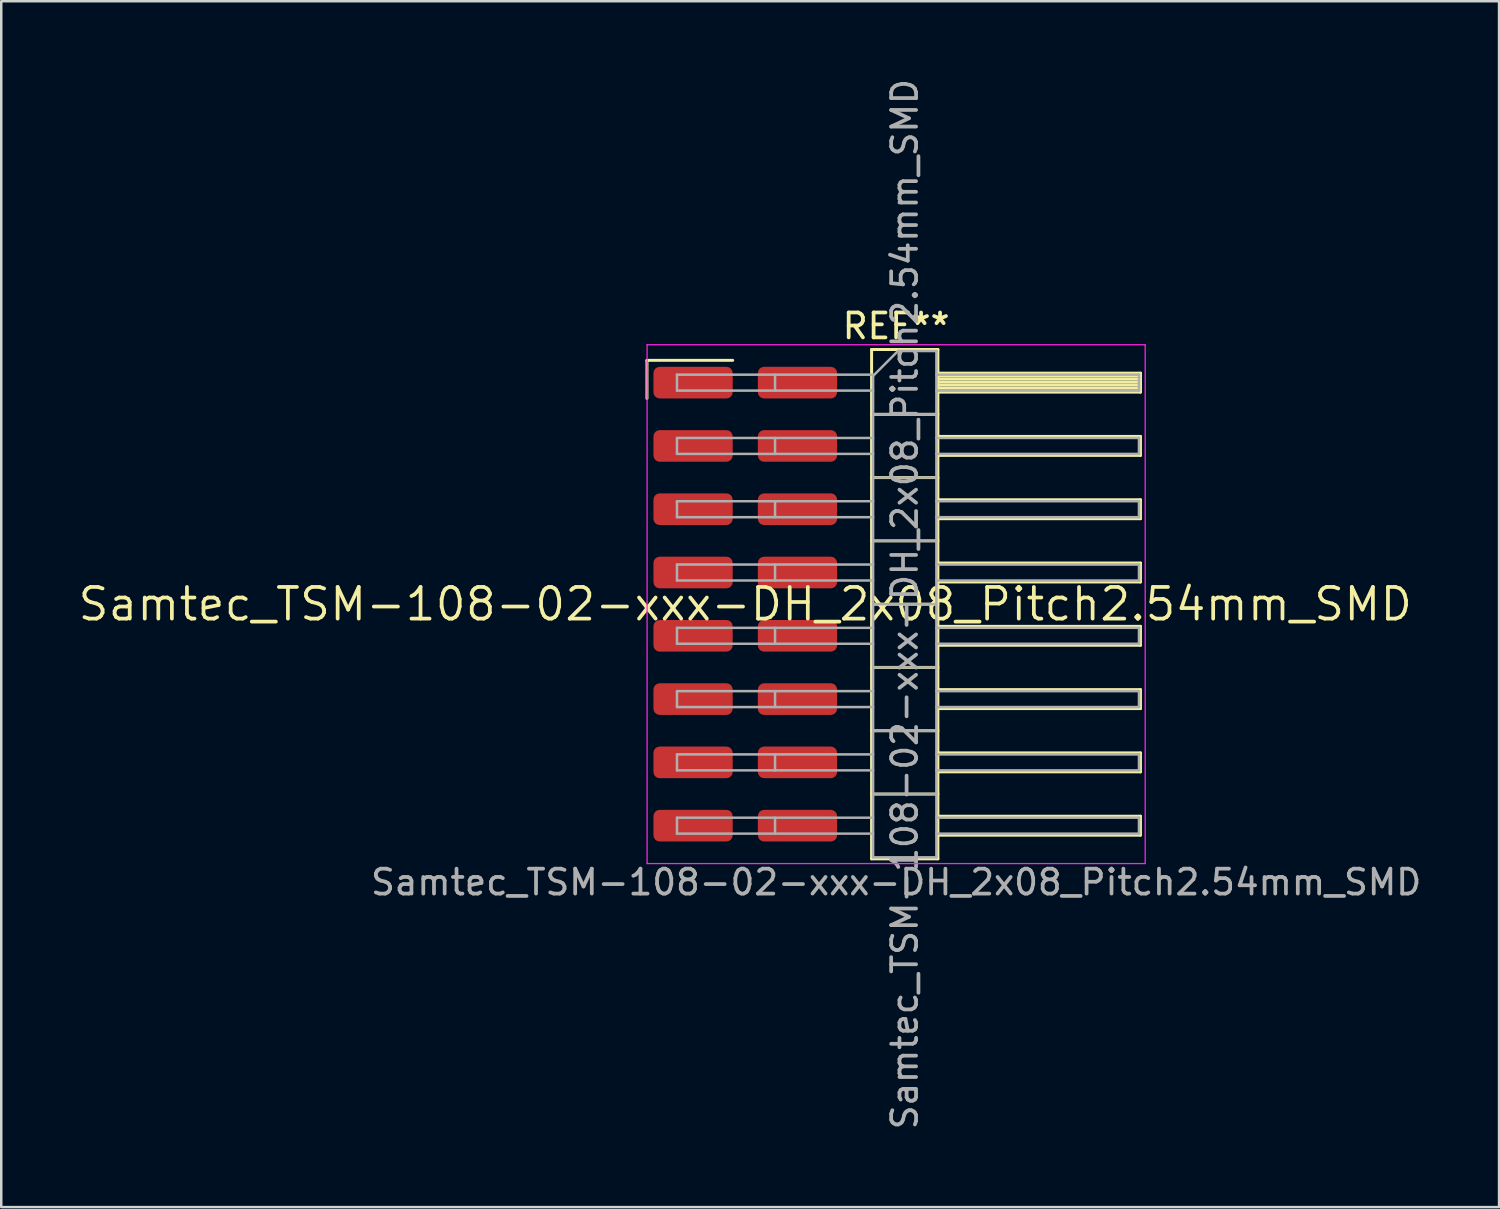
<source format=kicad_pcb>
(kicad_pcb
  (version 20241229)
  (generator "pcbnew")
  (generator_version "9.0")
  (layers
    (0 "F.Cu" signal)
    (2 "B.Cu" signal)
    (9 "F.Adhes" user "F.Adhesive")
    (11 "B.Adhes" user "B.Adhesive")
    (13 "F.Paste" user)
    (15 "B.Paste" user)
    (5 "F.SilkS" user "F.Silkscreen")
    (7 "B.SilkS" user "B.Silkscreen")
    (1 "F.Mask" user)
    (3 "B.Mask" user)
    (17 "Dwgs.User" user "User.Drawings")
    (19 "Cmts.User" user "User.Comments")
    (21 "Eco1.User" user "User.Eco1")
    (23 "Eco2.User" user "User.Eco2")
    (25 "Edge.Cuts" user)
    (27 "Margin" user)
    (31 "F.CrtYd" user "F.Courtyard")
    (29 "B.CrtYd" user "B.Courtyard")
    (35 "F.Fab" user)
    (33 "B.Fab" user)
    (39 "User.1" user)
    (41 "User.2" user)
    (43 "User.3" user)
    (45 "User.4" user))
  (footprint "Samtec_TSM-108-02-xxx-DH_2x08_Pitch2.54mm_SMD"
    (layer "F.Cu")
    (at 26.859 21.196)
    (property "Reference" "Samtec_TSM-108-02-xxx-DH_2x08_Pitch2.54mm_SMD" (at 0 0 0) (layer "F.SilkS") (effects (font (size 1.27 1.27) (thickness 0.15))))
    (attr smd)
    (fp_line (start -3.945 -9.785) (end -0.505 -9.785) (stroke (width 0.12) (type solid)) (layer "F.SilkS"))
    (fp_line (start -3.945 -8.255) (end -3.945 -9.785) (stroke (width 0.12) (type solid)) (layer "F.SilkS"))
    (fp_line (start 5.07 -10.22) (end 7.73 -10.22) (stroke (width 0.12) (type solid)) (layer "F.SilkS"))
    (fp_line (start 5.07 -7.62) (end 7.73 -7.62) (stroke (width 0.12) (type solid)) (layer "F.SilkS"))
    (fp_line (start 5.07 -5.08) (end 7.73 -5.08) (stroke (width 0.12) (type solid)) (layer "F.SilkS"))
    (fp_line (start 5.07 -2.54) (end 7.73 -2.54) (stroke (width 0.12) (type solid)) (layer "F.SilkS"))
    (fp_line (start 5.07 0) (end 7.73 0) (stroke (width 0.12) (type solid)) (layer "F.SilkS"))
    (fp_line (start 5.07 2.54) (end 7.73 2.54) (stroke (width 0.12) (type solid)) (layer "F.SilkS"))
    (fp_line (start 5.07 5.08) (end 7.73 5.08) (stroke (width 0.12) (type solid)) (layer "F.SilkS"))
    (fp_line (start 5.07 7.62) (end 7.73 7.62) (stroke (width 0.12) (type solid)) (layer "F.SilkS"))
    (fp_line (start 5.07 10.22) (end 5.07 -10.22) (stroke (width 0.12) (type solid)) (layer "F.SilkS"))
    (fp_line (start 7.73 -10.22) (end 7.73 10.22) (stroke (width 0.12) (type solid)) (layer "F.SilkS"))
    (fp_line (start 7.73 -9.27) (end 15.86 -9.27) (stroke (width 0.12) (type solid)) (layer "F.SilkS"))
    (fp_line (start 7.73 -9.15) (end 15.86 -9.15) (stroke (width 0.12) (type solid)) (layer "F.SilkS"))
    (fp_line (start 7.73 -9.03) (end 15.86 -9.03) (stroke (width 0.12) (type solid)) (layer "F.SilkS"))
    (fp_line (start 7.73 -8.91) (end 15.86 -8.91) (stroke (width 0.12) (type solid)) (layer "F.SilkS"))
    (fp_line (start 7.73 -8.79) (end 15.86 -8.79) (stroke (width 0.12) (type solid)) (layer "F.SilkS"))
    (fp_line (start 7.73 -8.67) (end 15.86 -8.67) (stroke (width 0.12) (type solid)) (layer "F.SilkS"))
    (fp_line (start 7.73 -8.55) (end 15.86 -8.55) (stroke (width 0.12) (type solid)) (layer "F.SilkS"))
    (fp_line (start 7.73 -8.51) (end 15.86 -8.51) (stroke (width 0.12) (type solid)) (layer "F.SilkS"))
    (fp_line (start 7.73 -6.73) (end 15.86 -6.73) (stroke (width 0.12) (type solid)) (layer "F.SilkS"))
    (fp_line (start 7.73 -5.97) (end 15.86 -5.97) (stroke (width 0.12) (type solid)) (layer "F.SilkS"))
    (fp_line (start 7.73 -4.19) (end 15.86 -4.19) (stroke (width 0.12) (type solid)) (layer "F.SilkS"))
    (fp_line (start 7.73 -3.43) (end 15.86 -3.43) (stroke (width 0.12) (type solid)) (layer "F.SilkS"))
    (fp_line (start 7.73 -1.65) (end 15.86 -1.65) (stroke (width 0.12) (type solid)) (layer "F.SilkS"))
    (fp_line (start 7.73 -0.89) (end 15.86 -0.89) (stroke (width 0.12) (type solid)) (layer "F.SilkS"))
    (fp_line (start 7.73 0.89) (end 15.86 0.89) (stroke (width 0.12) (type solid)) (layer "F.SilkS"))
    (fp_line (start 7.73 1.65) (end 15.86 1.65) (stroke (width 0.12) (type solid)) (layer "F.SilkS"))
    (fp_line (start 7.73 3.43) (end 15.86 3.43) (stroke (width 0.12) (type solid)) (layer "F.SilkS"))
    (fp_line (start 7.73 4.19) (end 15.86 4.19) (stroke (width 0.12) (type solid)) (layer "F.SilkS"))
    (fp_line (start 7.73 5.97) (end 15.86 5.97) (stroke (width 0.12) (type solid)) (layer "F.SilkS"))
    (fp_line (start 7.73 6.73) (end 15.86 6.73) (stroke (width 0.12) (type solid)) (layer "F.SilkS"))
    (fp_line (start 7.73 8.51) (end 15.86 8.51) (stroke (width 0.12) (type solid)) (layer "F.SilkS"))
    (fp_line (start 7.73 9.27) (end 15.86 9.27) (stroke (width 0.12) (type solid)) (layer "F.SilkS"))
    (fp_line (start 7.73 10.22) (end 5.07 10.22) (stroke (width 0.12) (type solid)) (layer "F.SilkS"))
    (fp_line (start 15.86 -9.27) (end 15.86 -8.51) (stroke (width 0.12) (type solid)) (layer "F.SilkS"))
    (fp_line (start 15.86 -6.73) (end 15.86 -5.97) (stroke (width 0.12) (type solid)) (layer "F.SilkS"))
    (fp_line (start 15.86 -4.19) (end 15.86 -3.43) (stroke (width 0.12) (type solid)) (layer "F.SilkS"))
    (fp_line (start 15.86 -1.65) (end 15.86 -0.89) (stroke (width 0.12) (type solid)) (layer "F.SilkS"))
    (fp_line (start 15.86 0.89) (end 15.86 1.65) (stroke (width 0.12) (type solid)) (layer "F.SilkS"))
    (fp_line (start 15.86 3.43) (end 15.86 4.19) (stroke (width 0.12) (type solid)) (layer "F.SilkS"))
    (fp_line (start 15.86 5.97) (end 15.86 6.73) (stroke (width 0.12) (type solid)) (layer "F.SilkS"))
    (fp_line (start 15.86 8.51) (end 15.86 9.27) (stroke (width 0.12) (type solid)) (layer "F.SilkS"))
    (fp_line (start -3.94 -10.41) (end 16.05 -10.41) (stroke (width 0.05) (type solid)) (layer "F.CrtYd"))
    (fp_line (start -3.94 10.41) (end -3.94 -10.41) (stroke (width 0.05) (type solid)) (layer "F.CrtYd"))
    (fp_line (start 16.05 -10.41) (end 16.05 10.41) (stroke (width 0.05) (type solid)) (layer "F.CrtYd"))
    (fp_line (start 16.05 10.41) (end -3.94 10.41) (stroke (width 0.05) (type solid)) (layer "F.CrtYd"))
    (fp_line (start -2.74 -9.21) (end -2.74 -8.57) (stroke (width 0.1) (type solid)) (layer "F.Fab"))
    (fp_line (start -2.74 -9.21) (end 5.13 -9.21) (stroke (width 0.1) (type solid)) (layer "F.Fab"))
    (fp_line (start -2.74 -8.57) (end 5.13 -8.57) (stroke (width 0.1) (type solid)) (layer "F.Fab"))
    (fp_line (start -2.74 -6.67) (end -2.74 -6.03) (stroke (width 0.1) (type solid)) (layer "F.Fab"))
    (fp_line (start -2.74 -6.67) (end 5.13 -6.67) (stroke (width 0.1) (type solid)) (layer "F.Fab"))
    (fp_line (start -2.74 -6.03) (end 5.13 -6.03) (stroke (width 0.1) (type solid)) (layer "F.Fab"))
    (fp_line (start -2.74 -4.13) (end -2.74 -3.49) (stroke (width 0.1) (type solid)) (layer "F.Fab"))
    (fp_line (start -2.74 -4.13) (end 5.13 -4.13) (stroke (width 0.1) (type solid)) (layer "F.Fab"))
    (fp_line (start -2.74 -3.49) (end 5.13 -3.49) (stroke (width 0.1) (type solid)) (layer "F.Fab"))
    (fp_line (start -2.74 -1.59) (end -2.74 -0.95) (stroke (width 0.1) (type solid)) (layer "F.Fab"))
    (fp_line (start -2.74 -1.59) (end 5.13 -1.59) (stroke (width 0.1) (type solid)) (layer "F.Fab"))
    (fp_line (start -2.74 -0.95) (end 5.13 -0.95) (stroke (width 0.1) (type solid)) (layer "F.Fab"))
    (fp_line (start -2.74 0.95) (end -2.74 1.59) (stroke (width 0.1) (type solid)) (layer "F.Fab"))
    (fp_line (start -2.74 0.95) (end 5.13 0.95) (stroke (width 0.1) (type solid)) (layer "F.Fab"))
    (fp_line (start -2.74 1.59) (end 5.13 1.59) (stroke (width 0.1) (type solid)) (layer "F.Fab"))
    (fp_line (start -2.74 3.49) (end -2.74 4.13) (stroke (width 0.1) (type solid)) (layer "F.Fab"))
    (fp_line (start -2.74 3.49) (end 5.13 3.49) (stroke (width 0.1) (type solid)) (layer "F.Fab"))
    (fp_line (start -2.74 4.13) (end 5.13 4.13) (stroke (width 0.1) (type solid)) (layer "F.Fab"))
    (fp_line (start -2.74 6.03) (end -2.74 6.67) (stroke (width 0.1) (type solid)) (layer "F.Fab"))
    (fp_line (start -2.74 6.03) (end 5.13 6.03) (stroke (width 0.1) (type solid)) (layer "F.Fab"))
    (fp_line (start -2.74 6.67) (end 5.13 6.67) (stroke (width 0.1) (type solid)) (layer "F.Fab"))
    (fp_line (start -2.74 8.57) (end -2.74 9.21) (stroke (width 0.1) (type solid)) (layer "F.Fab"))
    (fp_line (start -2.74 8.57) (end 5.13 8.57) (stroke (width 0.1) (type solid)) (layer "F.Fab"))
    (fp_line (start -2.74 9.21) (end 5.13 9.21) (stroke (width 0.1) (type solid)) (layer "F.Fab"))
    (fp_line (start 1.195 -9.21) (end 1.195 -8.57) (stroke (width 0.1) (type solid)) (layer "F.Fab"))
    (fp_line (start 1.195 -6.67) (end 1.195 -6.03) (stroke (width 0.1) (type solid)) (layer "F.Fab"))
    (fp_line (start 1.195 -4.13) (end 1.195 -3.49) (stroke (width 0.1) (type solid)) (layer "F.Fab"))
    (fp_line (start 1.195 -1.59) (end 1.195 -0.95) (stroke (width 0.1) (type solid)) (layer "F.Fab"))
    (fp_line (start 1.195 0.95) (end 1.195 1.59) (stroke (width 0.1) (type solid)) (layer "F.Fab"))
    (fp_line (start 1.195 3.49) (end 1.195 4.13) (stroke (width 0.1) (type solid)) (layer "F.Fab"))
    (fp_line (start 1.195 6.03) (end 1.195 6.67) (stroke (width 0.1) (type solid)) (layer "F.Fab"))
    (fp_line (start 1.195 8.57) (end 1.195 9.21) (stroke (width 0.1) (type solid)) (layer "F.Fab"))
    (fp_line (start 5.13 -9.16) (end 6.13 -10.16) (stroke (width 0.1) (type solid)) (layer "F.Fab"))
    (fp_line (start 5.13 -7.62) (end 7.67 -7.62) (stroke (width 0.1) (type solid)) (layer "F.Fab"))
    (fp_line (start 5.13 -5.08) (end 7.67 -5.08) (stroke (width 0.1) (type solid)) (layer "F.Fab"))
    (fp_line (start 5.13 -2.54) (end 7.67 -2.54) (stroke (width 0.1) (type solid)) (layer "F.Fab"))
    (fp_line (start 5.13 0) (end 7.67 0) (stroke (width 0.1) (type solid)) (layer "F.Fab"))
    (fp_line (start 5.13 2.54) (end 7.67 2.54) (stroke (width 0.1) (type solid)) (layer "F.Fab"))
    (fp_line (start 5.13 5.08) (end 7.67 5.08) (stroke (width 0.1) (type solid)) (layer "F.Fab"))
    (fp_line (start 5.13 7.62) (end 7.67 7.62) (stroke (width 0.1) (type solid)) (layer "F.Fab"))
    (fp_line (start 5.13 10.16) (end 5.13 -9.16) (stroke (width 0.1) (type solid)) (layer "F.Fab"))
    (fp_line (start 6.13 -10.16) (end 7.67 -10.16) (stroke (width 0.1) (type solid)) (layer "F.Fab"))
    (fp_line (start 7.67 -10.16) (end 7.67 10.16) (stroke (width 0.1) (type solid)) (layer "F.Fab"))
    (fp_line (start 7.67 -9.21) (end 15.8 -9.21) (stroke (width 0.1) (type solid)) (layer "F.Fab"))
    (fp_line (start 7.67 -8.57) (end 15.8 -8.57) (stroke (width 0.1) (type solid)) (layer "F.Fab"))
    (fp_line (start 7.67 -6.67) (end 15.8 -6.67) (stroke (width 0.1) (type solid)) (layer "F.Fab"))
    (fp_line (start 7.67 -6.03) (end 15.8 -6.03) (stroke (width 0.1) (type solid)) (layer "F.Fab"))
    (fp_line (start 7.67 -4.13) (end 15.8 -4.13) (stroke (width 0.1) (type solid)) (layer "F.Fab"))
    (fp_line (start 7.67 -3.49) (end 15.8 -3.49) (stroke (width 0.1) (type solid)) (layer "F.Fab"))
    (fp_line (start 7.67 -1.59) (end 15.8 -1.59) (stroke (width 0.1) (type solid)) (layer "F.Fab"))
    (fp_line (start 7.67 -0.95) (end 15.8 -0.95) (stroke (width 0.1) (type solid)) (layer "F.Fab"))
    (fp_line (start 7.67 0.95) (end 15.8 0.95) (stroke (width 0.1) (type solid)) (layer "F.Fab"))
    (fp_line (start 7.67 1.59) (end 15.8 1.59) (stroke (width 0.1) (type solid)) (layer "F.Fab"))
    (fp_line (start 7.67 3.49) (end 15.8 3.49) (stroke (width 0.1) (type solid)) (layer "F.Fab"))
    (fp_line (start 7.67 4.13) (end 15.8 4.13) (stroke (width 0.1) (type solid)) (layer "F.Fab"))
    (fp_line (start 7.67 6.03) (end 15.8 6.03) (stroke (width 0.1) (type solid)) (layer "F.Fab"))
    (fp_line (start 7.67 6.67) (end 15.8 6.67) (stroke (width 0.1) (type solid)) (layer "F.Fab"))
    (fp_line (start 7.67 8.57) (end 15.8 8.57) (stroke (width 0.1) (type solid)) (layer "F.Fab"))
    (fp_line (start 7.67 9.21) (end 15.8 9.21) (stroke (width 0.1) (type solid)) (layer "F.Fab"))
    (fp_line (start 7.67 10.16) (end 5.13 10.16) (stroke (width 0.1) (type solid)) (layer "F.Fab"))
    (fp_line (start 15.8 -9.21) (end 15.8 -8.57) (stroke (width 0.1) (type solid)) (layer "F.Fab"))
    (fp_line (start 15.8 -6.67) (end 15.8 -6.03) (stroke (width 0.1) (type solid)) (layer "F.Fab"))
    (fp_line (start 15.8 -4.13) (end 15.8 -3.49) (stroke (width 0.1) (type solid)) (layer "F.Fab"))
    (fp_line (start 15.8 -1.59) (end 15.8 -0.95) (stroke (width 0.1) (type solid)) (layer "F.Fab"))
    (fp_line (start 15.8 0.95) (end 15.8 1.59) (stroke (width 0.1) (type solid)) (layer "F.Fab"))
    (fp_line (start 15.8 3.49) (end 15.8 4.13) (stroke (width 0.1) (type solid)) (layer "F.Fab"))
    (fp_line (start 15.8 6.03) (end 15.8 6.67) (stroke (width 0.1) (type solid)) (layer "F.Fab"))
    (fp_line (start 15.8 8.57) (end 15.8 9.21) (stroke (width 0.1) (type solid)) (layer "F.Fab"))
    (fp_text user "REF**" (at 6.055 -11.16 0) (layer "F.SilkS") (effects (font (size 1 1) (thickness 0.15))))
    (fp_text user "Samtec_TSM-108-02-xxx-DH_2x08_Pitch2.54mm_SMD" (at 6.055 11.16 0) (layer "F.Fab") (effects (font (size 1 1) (thickness 0.15))))
    (fp_text user "${REFERENCE}" (at 6.4 0 90) (layer "F.Fab") (effects (font (size 1 1) (thickness 0.15))))
    (pad "1" smd roundrect (at -2.095 -8.89) (size 3.18 1.27) (layers "F.Cu" "F.Mask" "F.Paste") (roundrect_rratio 0.197))
    (pad "2" smd roundrect (at 2.095 -8.89) (size 3.18 1.27) (layers "F.Cu" "F.Mask" "F.Paste") (roundrect_rratio 0.197))
    (pad "3" smd roundrect (at -2.095 -6.35) (size 3.18 1.27) (layers "F.Cu" "F.Mask" "F.Paste") (roundrect_rratio 0.197))
    (pad "4" smd roundrect (at 2.095 -6.35) (size 3.18 1.27) (layers "F.Cu" "F.Mask" "F.Paste") (roundrect_rratio 0.197))
    (pad "5" smd roundrect (at -2.095 -3.81) (size 3.18 1.27) (layers "F.Cu" "F.Mask" "F.Paste") (roundrect_rratio 0.197))
    (pad "6" smd roundrect (at 2.095 -3.81) (size 3.18 1.27) (layers "F.Cu" "F.Mask" "F.Paste") (roundrect_rratio 0.197))
    (pad "7" smd roundrect (at -2.095 -1.27) (size 3.18 1.27) (layers "F.Cu" "F.Mask" "F.Paste") (roundrect_rratio 0.197))
    (pad "8" smd roundrect (at 2.095 -1.27) (size 3.18 1.27) (layers "F.Cu" "F.Mask" "F.Paste") (roundrect_rratio 0.197))
    (pad "9" smd roundrect (at -2.095 1.27) (size 3.18 1.27) (layers "F.Cu" "F.Mask" "F.Paste") (roundrect_rratio 0.197))
    (pad "10" smd roundrect (at 2.095 1.27) (size 3.18 1.27) (layers "F.Cu" "F.Mask" "F.Paste") (roundrect_rratio 0.197))
    (pad "11" smd roundrect (at -2.095 3.81) (size 3.18 1.27) (layers "F.Cu" "F.Mask" "F.Paste") (roundrect_rratio 0.197))
    (pad "12" smd roundrect (at 2.095 3.81) (size 3.18 1.27) (layers "F.Cu" "F.Mask" "F.Paste") (roundrect_rratio 0.197))
    (pad "13" smd roundrect (at -2.095 6.35) (size 3.18 1.27) (layers "F.Cu" "F.Mask" "F.Paste") (roundrect_rratio 0.197))
    (pad "14" smd roundrect (at 2.095 6.35) (size 3.18 1.27) (layers "F.Cu" "F.Mask" "F.Paste") (roundrect_rratio 0.197))
    (pad "15" smd roundrect (at -2.095 8.89) (size 3.18 1.27) (layers "F.Cu" "F.Mask" "F.Paste") (roundrect_rratio 0.197))
    (pad "16" smd roundrect (at 2.095 8.89) (size 3.18 1.27) (layers "F.Cu" "F.Mask" "F.Paste") (roundrect_rratio 0.197)))
  (gr_rect
    (start -3 -3)
    (end 57.11 45.393)
    (stroke (width 0.1) (type default))
    (fill no)
    (layer "Edge.Cuts")))
</source>
